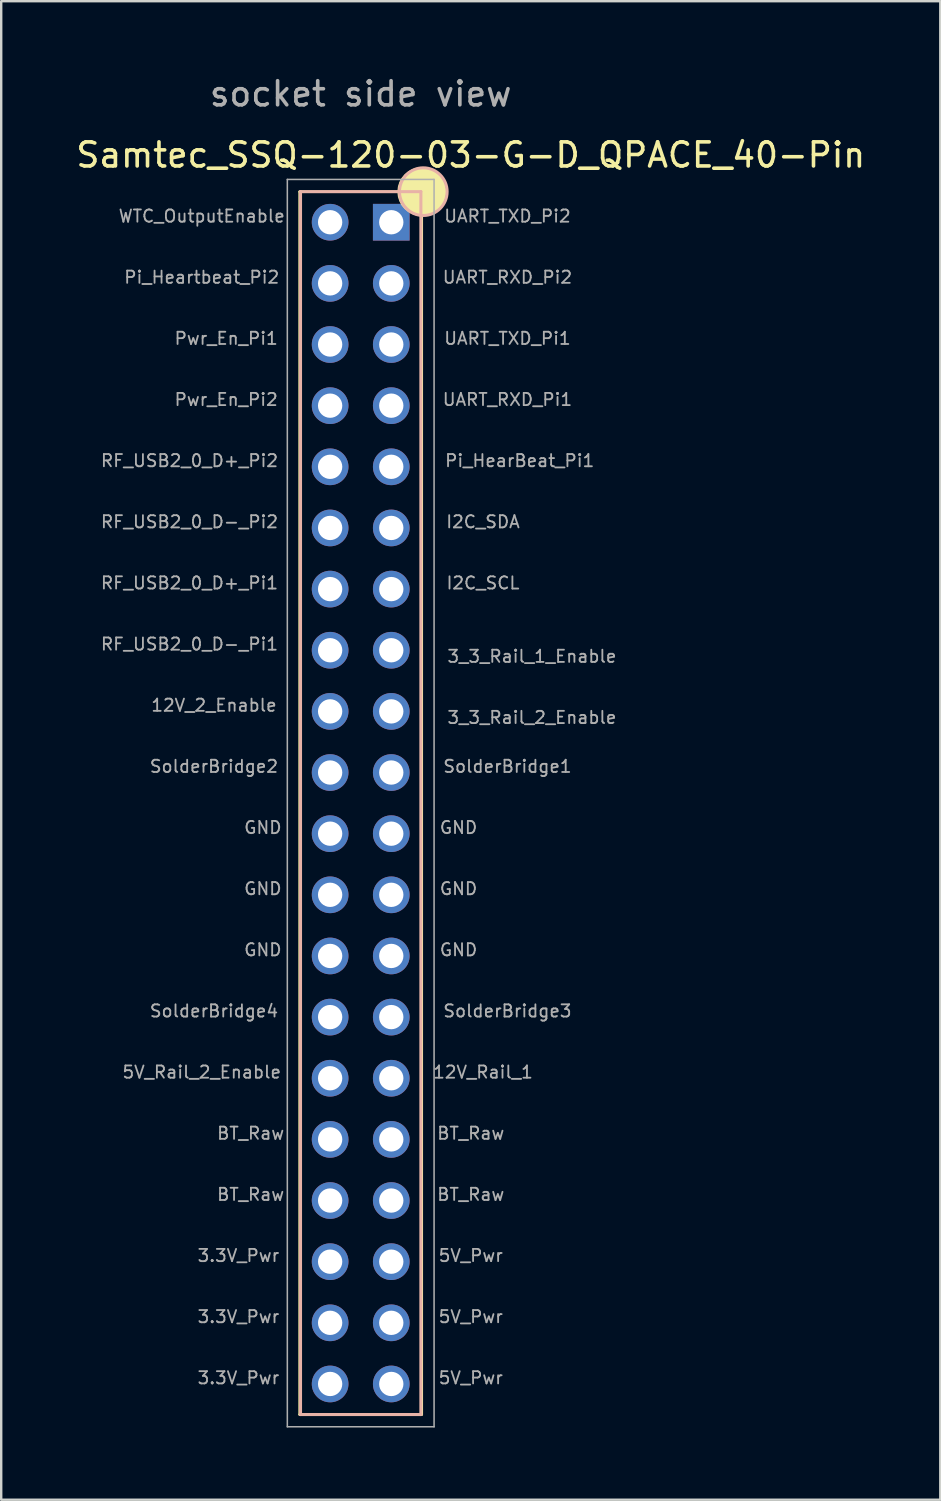
<source format=kicad_pcb>
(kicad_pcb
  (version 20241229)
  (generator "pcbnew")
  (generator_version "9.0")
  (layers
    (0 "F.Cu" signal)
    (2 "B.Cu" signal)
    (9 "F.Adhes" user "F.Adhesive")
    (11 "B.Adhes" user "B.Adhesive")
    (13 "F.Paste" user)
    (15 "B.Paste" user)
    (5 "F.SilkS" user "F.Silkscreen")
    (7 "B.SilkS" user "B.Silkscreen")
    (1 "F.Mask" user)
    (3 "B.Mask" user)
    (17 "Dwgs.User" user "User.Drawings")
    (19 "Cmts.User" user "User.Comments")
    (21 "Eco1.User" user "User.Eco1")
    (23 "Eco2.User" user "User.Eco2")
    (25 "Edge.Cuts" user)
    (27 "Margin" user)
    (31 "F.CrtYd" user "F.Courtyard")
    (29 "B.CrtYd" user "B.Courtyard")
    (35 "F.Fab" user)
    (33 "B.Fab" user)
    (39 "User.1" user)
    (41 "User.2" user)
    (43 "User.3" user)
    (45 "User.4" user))
  (footprint "Samtec_SSQ-120-03-G-D_QPACE_40-Pin"
    (layer "F.Cu")
    (at 11.934 30.312)
    (property "Reference" "Samtec_SSQ-120-03-G-D_QPACE_40-Pin" (at 4.572 -26.924 180) (layer "F.SilkS") (effects (font (size 1 1) (thickness 0.15))))
    (attr through_hole)
    (fp_line (start -2.54 -25.4) (end 2.54 -25.4) (stroke (width 0.1) (type solid)) (layer "F.SilkS"))
    (fp_line (start -2.54 25.4) (end -2.54 -25.4) (stroke (width 0.1) (type solid)) (layer "F.SilkS"))
    (fp_line (start 2.54 -25.4) (end 2.54 25.4) (stroke (width 0.1) (type solid)) (layer "F.SilkS"))
    (fp_line (start 2.54 25.4) (end -2.54 25.4) (stroke (width 0.1) (type solid)) (layer "F.SilkS"))
    (fp_circle (center 2.54 -25.4) (end 2.032 -25.4) (stroke (width 1.016) (type solid)) (fill no) (layer "F.SilkS"))
    (fp_line (start -2.5 -25.4) (end -2.5 25.4) (stroke (width 0.127) (type solid)) (layer "B.SilkS"))
    (fp_line (start -2.5 25.4) (end 2.5 25.4) (stroke (width 0.127) (type solid)) (layer "B.SilkS"))
    (fp_line (start 2.5 -25.4) (end -2.5 -25.4) (stroke (width 0.127) (type solid)) (layer "B.SilkS"))
    (fp_line (start 2.5 25.4) (end 2.5 -25.4) (stroke (width 0.127) (type solid)) (layer "B.SilkS"))
    (fp_circle (center 2.6 -25.4) (end 3.3 -26.1) (stroke (width 0.127) (type solid)) (fill no) (layer "B.SilkS"))
    (fp_line (start -3.048 -25.908) (end -3.048 25.908) (stroke (width 0.064) (type solid)) (layer "F.Fab"))
    (fp_line (start -3.048 25.908) (end 3.048 25.908) (stroke (width 0.064) (type solid)) (layer "F.Fab"))
    (fp_line (start 3.048 -25.908) (end -3.048 -25.908) (stroke (width 0.064) (type solid)) (layer "F.Fab"))
    (fp_line (start 3.048 25.908) (end 3.048 -25.908) (stroke (width 0.064) (type solid)) (layer "F.Fab"))
    (fp_text user "BT_Raw" (at 4.572 16.256 180) (layer "F.Fab") (effects (font (size 0.508 0.508) (thickness 0.076))))
    (fp_text user "I2C_SCL" (at 5.08 -9.144 180) (layer "F.Fab") (effects (font (size 0.508 0.508) (thickness 0.076))))
    (fp_text user "5V_Pwr" (at 4.572 23.876 180) (layer "F.Fab") (effects (font (size 0.508 0.508) (thickness 0.076))))
    (fp_text user "3.3V_Pwr" (at -5.08 18.796 180) (layer "F.Fab") (effects (font (size 0.508 0.508) (thickness 0.076))))
    (fp_text user "socket side view" (at 0 -29.464 180) (layer "F.Fab") (effects (font (size 1 1) (thickness 0.15))))
    (fp_text user "GND" (at 4.064 3.556 180) (layer "F.Fab") (effects (font (size 0.508 0.508) (thickness 0.076))))
    (fp_text user "GND" (at -4.064 1.016 180) (layer "F.Fab") (effects (font (size 0.508 0.508) (thickness 0.076))))
    (fp_text user "3_3_Rail_1_Enable" (at 7.112 -6.096 0) (layer "F.Fab") (effects (font (size 0.508 0.508) (thickness 0.076))))
    (fp_text user "Pwr_En_Pi2" (at -5.588 -16.764 180) (layer "F.Fab") (effects (font (size 0.508 0.508) (thickness 0.076))))
    (fp_text user "5V_Rail_2_Enable" (at -6.604 11.176 180) (layer "F.Fab") (effects (font (size 0.508 0.508) (thickness 0.076))))
    (fp_text user "UART_RXD_Pi2" (at 6.096 -21.844 180) (layer "F.Fab") (effects (font (size 0.508 0.508) (thickness 0.076))))
    (fp_text user "UART_RXD_Pi1" (at 6.096 -16.764 180) (layer "F.Fab") (effects (font (size 0.508 0.508) (thickness 0.076))))
    (fp_text user "GND" (at -4.064 6.096 180) (layer "F.Fab") (effects (font (size 0.508 0.508) (thickness 0.076))))
    (fp_text user "SolderBridge1" (at 6.096 -1.524 180) (layer "F.Fab") (effects (font (size 0.508 0.508) (thickness 0.076))))
    (fp_text user "Pwr_En_Pi1" (at -5.588 -19.304 180) (layer "F.Fab") (effects (font (size 0.508 0.508) (thickness 0.076))))
    (fp_text user "UART_TXD_Pi1" (at 6.096 -19.304 180) (layer "F.Fab") (effects (font (size 0.508 0.508) (thickness 0.076))))
    (fp_text user "RF_USB2_0_D-_Pi1" (at -7.112 -6.604 180) (layer "F.Fab") (effects (font (size 0.508 0.508) (thickness 0.076))))
    (fp_text user "SolderBridge3" (at 6.096 8.636 180) (layer "F.Fab") (effects (font (size 0.508 0.508) (thickness 0.076))))
    (fp_text user "GND" (at 4.064 1.016 180) (layer "F.Fab") (effects (font (size 0.508 0.508) (thickness 0.076))))
    (fp_text user "SolderBridge2" (at -6.096 -1.524 180) (layer "F.Fab") (effects (font (size 0.508 0.508) (thickness 0.076))))
    (fp_text user "BT_Raw" (at -4.572 13.716 180) (layer "F.Fab") (effects (font (size 0.508 0.508) (thickness 0.076))))
    (fp_text user "3_3_Rail_2_Enable" (at 7.112 -3.556 0) (layer "F.Fab") (effects (font (size 0.508 0.508) (thickness 0.076))))
    (fp_text user "SolderBridge4" (at -6.096 8.636 180) (layer "F.Fab") (effects (font (size 0.508 0.508) (thickness 0.076))))
    (fp_text user "Pi_HearBeat_Pi1" (at 6.604 -14.224 180) (layer "F.Fab") (effects (font (size 0.508 0.508) (thickness 0.076))))
    (fp_text user "GND" (at 4.064 6.096 180) (layer "F.Fab") (effects (font (size 0.508 0.508) (thickness 0.076))))
    (fp_text user "RF_USB2_0_D-_Pi2" (at -7.112 -11.684 180) (layer "F.Fab") (effects (font (size 0.508 0.508) (thickness 0.076))))
    (fp_text user "5V_Pwr" (at 4.572 18.796 180) (layer "F.Fab") (effects (font (size 0.508 0.508) (thickness 0.076))))
    (fp_text user "3.3V_Pwr" (at -5.08 23.876 180) (layer "F.Fab") (effects (font (size 0.508 0.508) (thickness 0.076))))
    (fp_text user "BT_Raw" (at -4.572 16.256 180) (layer "F.Fab") (effects (font (size 0.508 0.508) (thickness 0.076))))
    (fp_text user "BT_Raw" (at 4.572 13.716 180) (layer "F.Fab") (effects (font (size 0.508 0.508) (thickness 0.076))))
    (fp_text user "3.3V_Pwr" (at -5.08 21.336 180) (layer "F.Fab") (effects (font (size 0.508 0.508) (thickness 0.076))))
    (fp_text user "RF_USB2_0_D+_Pi1" (at -7.112 -9.144 180) (layer "F.Fab") (effects (font (size 0.508 0.508) (thickness 0.076))))
    (fp_text user "I2C_SDA" (at 5.08 -11.684 180) (layer "F.Fab") (effects (font (size 0.508 0.508) (thickness 0.076))))
    (fp_text user "5V_Pwr" (at 4.572 21.336 180) (layer "F.Fab") (effects (font (size 0.508 0.508) (thickness 0.076))))
    (fp_text user "Pi_Heartbeat_Pi2" (at -6.604 -21.844 180) (layer "F.Fab") (effects (font (size 0.508 0.508) (thickness 0.076))))
    (fp_text user "RF_USB2_0_D+_Pi2" (at -7.112 -14.224 180) (layer "F.Fab") (effects (font (size 0.508 0.508) (thickness 0.076))))
    (fp_text user "12V_Rail_1" (at 5.08 11.176 0) (layer "F.Fab") (effects (font (size 0.508 0.508) (thickness 0.076))))
    (fp_text user "WTC_OutputEnable" (at -6.604 -24.384 180) (layer "F.Fab") (effects (font (size 0.508 0.508) (thickness 0.076))))
    (fp_text user "12V_2_Enable" (at -6.096 -4.064 180) (layer "F.Fab") (effects (font (size 0.508 0.508) (thickness 0.076))))
    (fp_text user "UART_TXD_Pi2" (at 6.096 -24.384 180) (layer "F.Fab") (effects (font (size 0.508 0.508) (thickness 0.076))))
    (fp_text user "GND" (at -4.064 3.556 180) (layer "F.Fab") (effects (font (size 0.508 0.508) (thickness 0.076))))
    (pad "1" thru_hole rect (at 1.27 -24.13 180) (size 1.524 1.524) (drill 1.01) (layers "*.Cu" "*.Mask"))
    (pad "2" thru_hole circle (at -1.27 -24.13 270) (size 1.524 1.524) (drill 1.01) (layers "*.Cu" "*.Mask"))
    (pad "3" thru_hole circle (at 1.27 -21.59 270) (size 1.524 1.524) (drill 1.01) (layers "*.Cu" "*.Mask"))
    (pad "4" thru_hole circle (at -1.27 -21.59 270) (size 1.524 1.524) (drill 1.01) (layers "*.Cu" "*.Mask"))
    (pad "5" thru_hole circle (at 1.27 -19.05 270) (size 1.524 1.524) (drill 1.01) (layers "*.Cu" "*.Mask"))
    (pad "6" thru_hole circle (at -1.27 -19.05 270) (size 1.524 1.524) (drill 1.01) (layers "*.Cu" "*.Mask"))
    (pad "7" thru_hole circle (at 1.27 -16.51 270) (size 1.524 1.524) (drill 1.01) (layers "*.Cu" "*.Mask"))
    (pad "8" thru_hole circle (at -1.27 -16.51 270) (size 1.524 1.524) (drill 1.01) (layers "*.Cu" "*.Mask"))
    (pad "9" thru_hole circle (at 1.27 -13.97 270) (size 1.524 1.524) (drill 1.01) (layers "*.Cu" "*.Mask"))
    (pad "10" thru_hole circle (at -1.27 -13.97 270) (size 1.524 1.524) (drill 1.01) (layers "*.Cu" "*.Mask"))
    (pad "11" thru_hole circle (at 1.27 -11.43 270) (size 1.524 1.524) (drill 1.01) (layers "*.Cu" "*.Mask"))
    (pad "12" thru_hole circle (at -1.27 -11.43 270) (size 1.524 1.524) (drill 1.01) (layers "*.Cu" "*.Mask"))
    (pad "13" thru_hole circle (at 1.27 -8.89 270) (size 1.524 1.524) (drill 1.01) (layers "*.Cu" "*.Mask"))
    (pad "14" thru_hole circle (at -1.27 -8.89 270) (size 1.524 1.524) (drill 1.01) (layers "*.Cu" "*.Mask"))
    (pad "15" thru_hole circle (at 1.27 -6.35 270) (size 1.524 1.524) (drill 1.01) (layers "*.Cu" "*.Mask"))
    (pad "16" thru_hole circle (at -1.27 -6.35 270) (size 1.524 1.524) (drill 1.01) (layers "*.Cu" "*.Mask"))
    (pad "17" thru_hole circle (at 1.27 -3.81 270) (size 1.524 1.524) (drill 1.01) (layers "*.Cu" "*.Mask"))
    (pad "18" thru_hole circle (at -1.27 -3.81 270) (size 1.524 1.524) (drill 1.01) (layers "*.Cu" "*.Mask"))
    (pad "19" thru_hole circle (at 1.27 -1.27 270) (size 1.524 1.524) (drill 1.01) (layers "*.Cu" "*.Mask"))
    (pad "20" thru_hole circle (at -1.27 -1.27 270) (size 1.524 1.524) (drill 1.01) (layers "*.Cu" "*.Mask"))
    (pad "21" thru_hole circle (at 1.27 1.27 270) (size 1.524 1.524) (drill 1.01) (layers "*.Cu" "*.Mask"))
    (pad "22" thru_hole circle (at -1.27 1.27 270) (size 1.524 1.524) (drill 1.01) (layers "*.Cu" "*.Mask"))
    (pad "23" thru_hole circle (at 1.27 3.81 270) (size 1.524 1.524) (drill 1.01) (layers "*.Cu" "*.Mask"))
    (pad "24" thru_hole circle (at -1.27 3.81 270) (size 1.524 1.524) (drill 1.01) (layers "*.Cu" "*.Mask"))
    (pad "25" thru_hole circle (at 1.27 6.35 270) (size 1.524 1.524) (drill 1.01) (layers "*.Cu" "*.Mask"))
    (pad "26" thru_hole circle (at -1.27 6.35 270) (size 1.524 1.524) (drill 1.01) (layers "*.Cu" "*.Mask"))
    (pad "27" thru_hole circle (at 1.27 8.89 270) (size 1.524 1.524) (drill 1.01) (layers "*.Cu" "*.Mask"))
    (pad "28" thru_hole circle (at -1.27 8.89 270) (size 1.524 1.524) (drill 1.01) (layers "*.Cu" "*.Mask"))
    (pad "29" thru_hole circle (at 1.27 11.43 270) (size 1.524 1.524) (drill 1.01) (layers "*.Cu" "*.Mask"))
    (pad "30" thru_hole circle (at -1.27 11.43 270) (size 1.524 1.524) (drill 1.01) (layers "*.Cu" "*.Mask"))
    (pad "31" thru_hole circle (at 1.27 13.97 270) (size 1.524 1.524) (drill 1.01) (layers "*.Cu" "*.Mask"))
    (pad "32" thru_hole circle (at -1.27 13.97 270) (size 1.524 1.524) (drill 1.01) (layers "*.Cu" "*.Mask"))
    (pad "33" thru_hole circle (at 1.27 16.51 270) (size 1.524 1.524) (drill 1.01) (layers "*.Cu" "*.Mask"))
    (pad "34" thru_hole circle (at -1.27 16.51 270) (size 1.524 1.524) (drill 1.01) (layers "*.Cu" "*.Mask"))
    (pad "35" thru_hole circle (at 1.27 19.05 270) (size 1.524 1.524) (drill 1.01) (layers "*.Cu" "*.Mask"))
    (pad "36" thru_hole circle (at -1.27 19.05 270) (size 1.524 1.524) (drill 1.01) (layers "*.Cu" "*.Mask"))
    (pad "37" thru_hole circle (at 1.27 21.59 270) (size 1.524 1.524) (drill 1.01) (layers "*.Cu" "*.Mask"))
    (pad "38" thru_hole circle (at -1.27 21.59 270) (size 1.524 1.524) (drill 1.01) (layers "*.Cu" "*.Mask"))
    (pad "39" thru_hole circle (at 1.27 24.13 270) (size 1.524 1.524) (drill 1.01) (layers "*.Cu" "*.Mask"))
    (pad "40" thru_hole circle (at -1.27 24.13 270) (size 1.524 1.524) (drill 1.01) (layers "*.Cu" "*.Mask")))
  (gr_rect
    (start -3 -3)
    (end 36.012 59.252)
    (stroke (width 0.1) (type default))
    (fill no)
    (layer "Edge.Cuts")))
</source>
